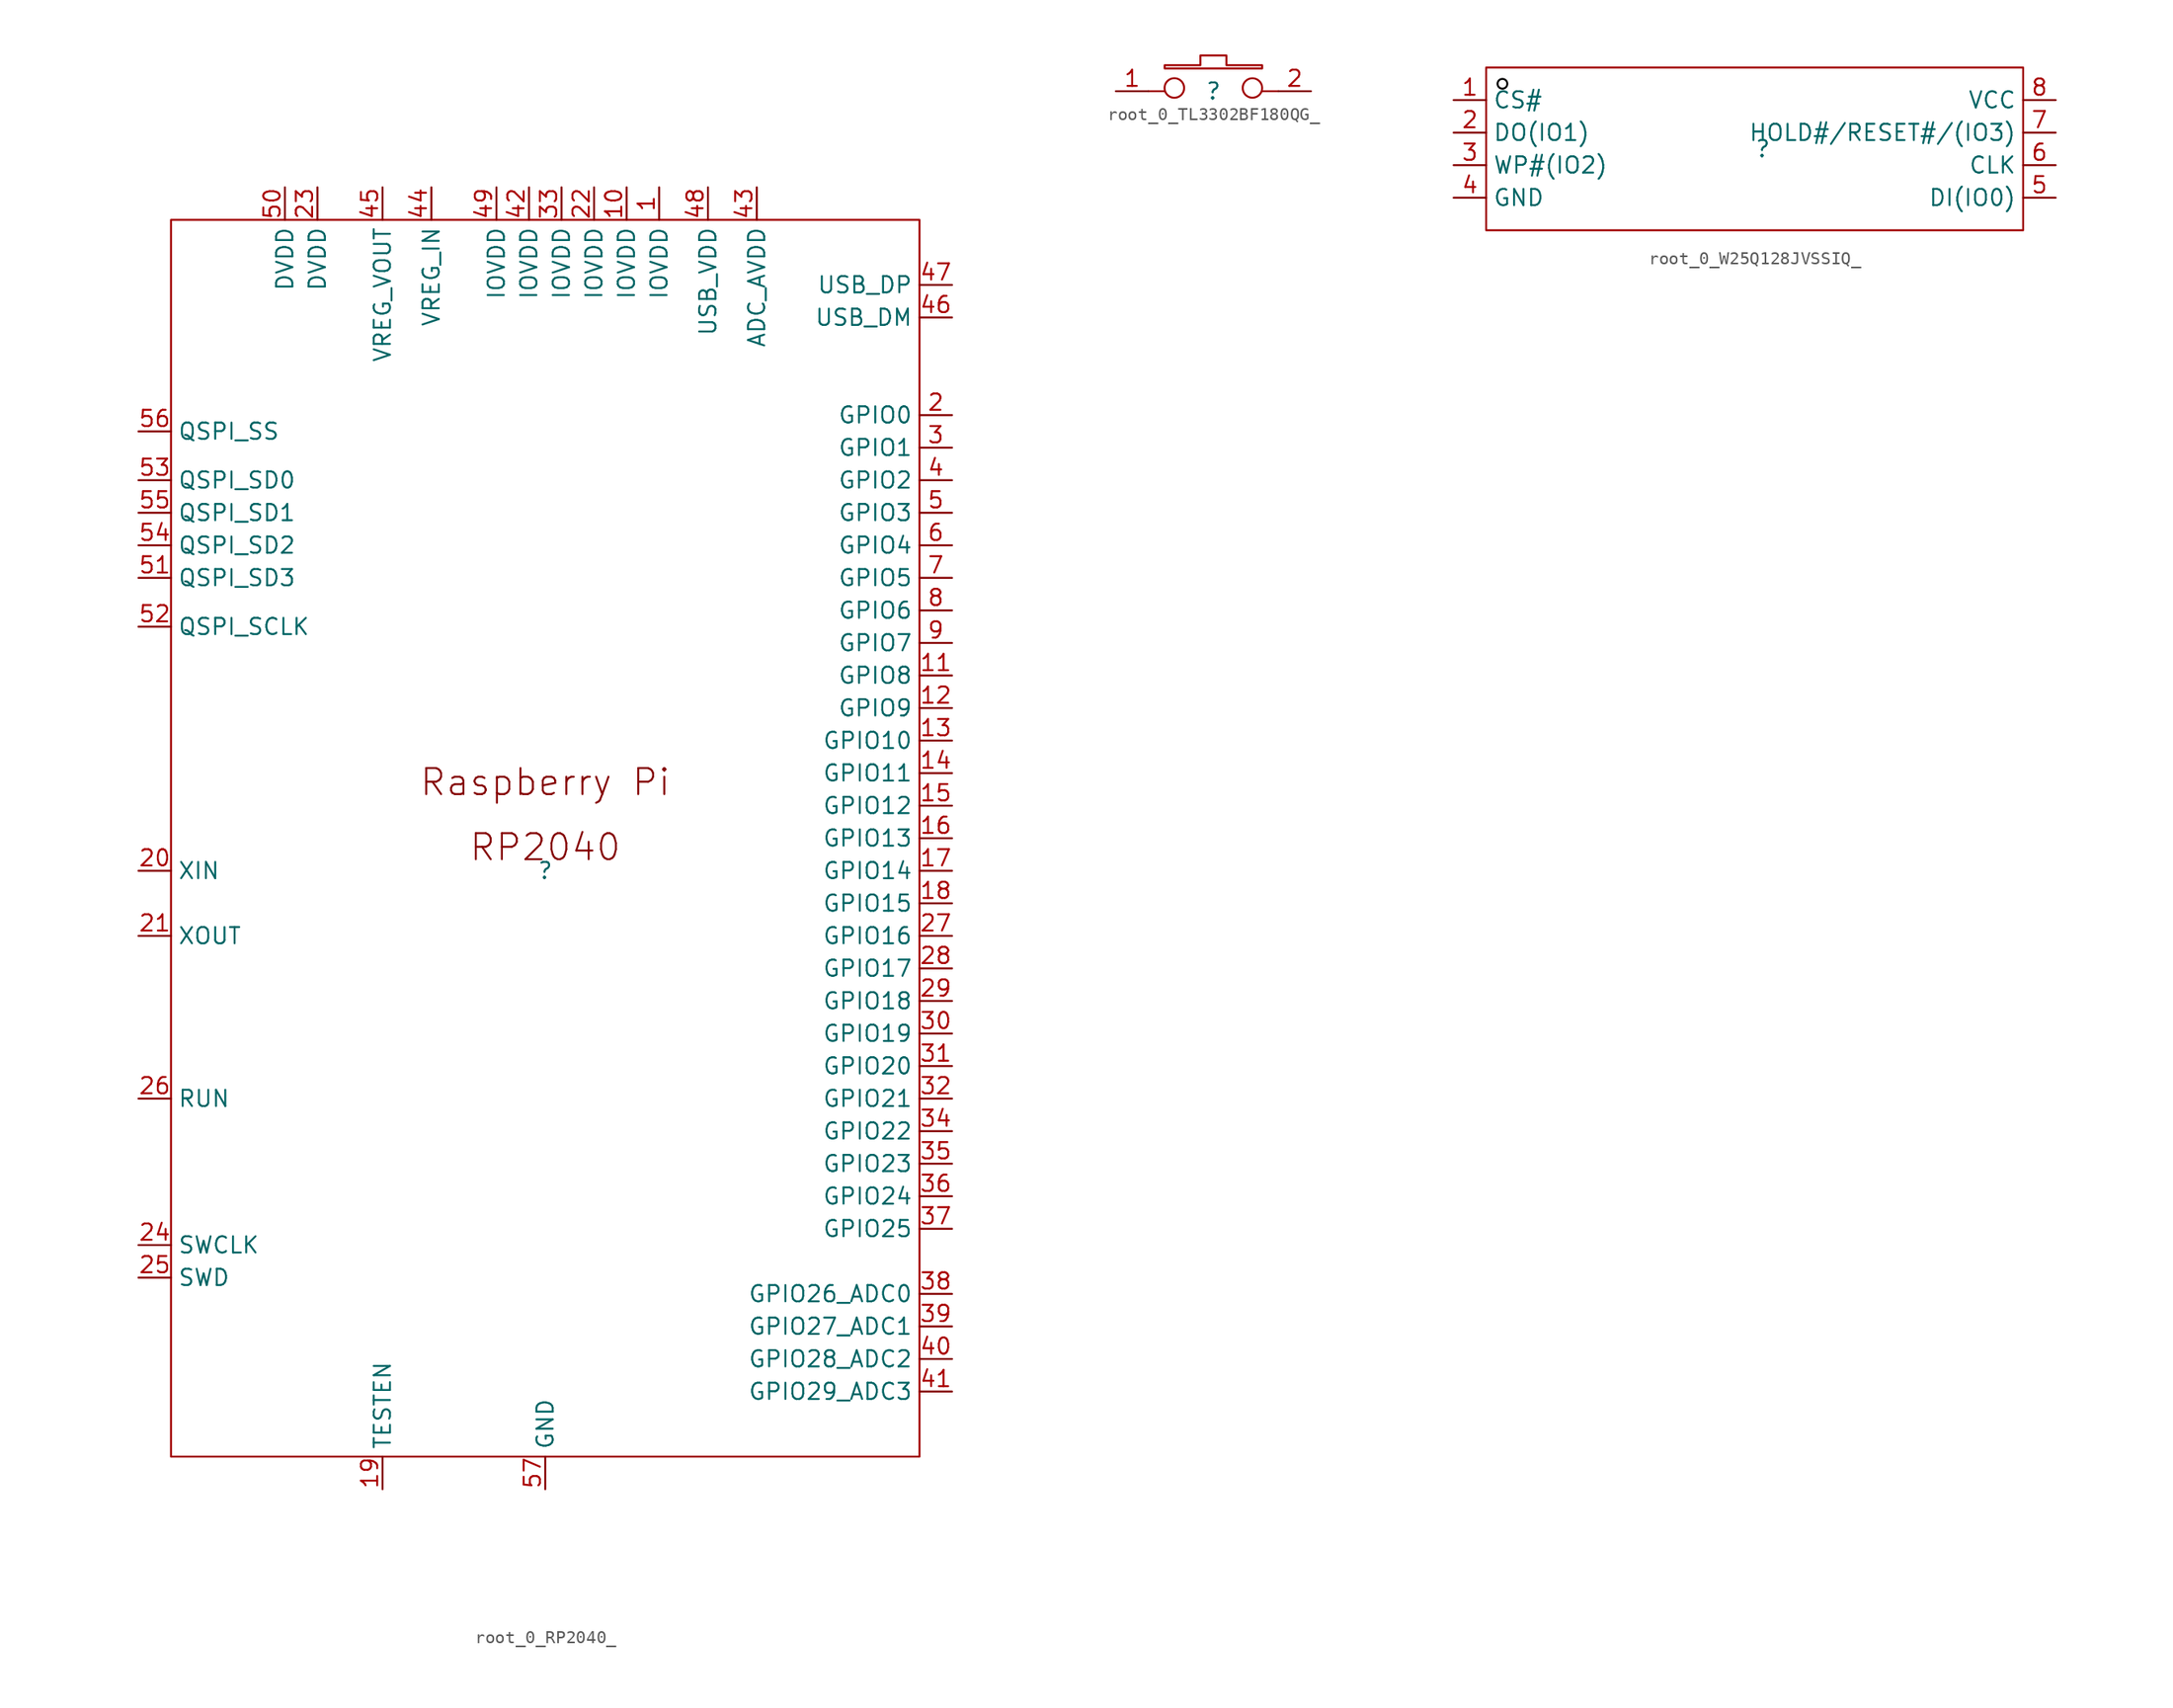
<source format=kicad_sym>
(kicad_symbol_lib
  (version 20241209)
  (generator "kicad_symbol_editor")
  (generator_version "9.0")
  (symbol "root_0_RP2040_"
    (property "Reference" ""
      (at 0 0 0)
      (effects (font (size 1.27 1.27))))
    (property "Value" ""
      (at 0 0 0)
      (effects (font (size 1.27 1.27))))
    (symbol "root_0_RP2040__1_0"
      (rectangle (start -29.21 50.8) (end 29.21 -45.72) (stroke (width 0) (type solid) (color 160 0 0 1)) (fill (type none)))
      (text "Raspberry Pi" (at 0 6.916 0) (effects (font (size 2.032 2.032))))
      (text "RP2040" (at 0 1.836 0) (effects (font (size 2.032 2.032))))
      (pin passive line (at -31.75 34.29 0) (length 2.54) (name "QSPI_SS" (effects (font (size 1.27 1.27)))) (number "56" (effects (font (size 1.27 1.27)))))
      (pin passive line (at -31.75 30.48 0) (length 2.54) (name "QSPI_SD0" (effects (font (size 1.27 1.27)))) (number "53" (effects (font (size 1.27 1.27)))))
      (pin passive line (at -31.75 27.94 0) (length 2.54) (name "QSPI_SD1" (effects (font (size 1.27 1.27)))) (number "55" (effects (font (size 1.27 1.27)))))
      (pin passive line (at -31.75 25.4 0) (length 2.54) (name "QSPI_SD2" (effects (font (size 1.27 1.27)))) (number "54" (effects (font (size 1.27 1.27)))))
      (pin passive line (at -31.75 22.86 0) (length 2.54) (name "QSPI_SD3" (effects (font (size 1.27 1.27)))) (number "51" (effects (font (size 1.27 1.27)))))
      (pin passive line (at -31.75 19.05 0) (length 2.54) (name "QSPI_SCLK" (effects (font (size 1.27 1.27)))) (number "52" (effects (font (size 1.27 1.27)))))
      (pin passive line (at -31.75 0 0) (length 2.54) (name "XIN" (effects (font (size 1.27 1.27)))) (number "20" (effects (font (size 1.27 1.27)))))
      (pin passive line (at -31.75 -5.08 0) (length 2.54) (name "XOUT" (effects (font (size 1.27 1.27)))) (number "21" (effects (font (size 1.27 1.27)))))
      (pin passive line (at -31.75 -17.78 0) (length 2.54) (name "RUN" (effects (font (size 1.27 1.27)))) (number "26" (effects (font (size 1.27 1.27)))))
      (pin passive line (at -31.75 -29.21 0) (length 2.54) (name "SWCLK" (effects (font (size 1.27 1.27)))) (number "24" (effects (font (size 1.27 1.27)))))
      (pin passive line (at -31.75 -31.75 0) (length 2.54) (name "SWD" (effects (font (size 1.27 1.27)))) (number "25" (effects (font (size 1.27 1.27)))))
      (pin passive line (at -20.32 53.34 270) (length 2.54) (name "DVDD" (effects (font (size 1.27 1.27)))) (number "50" (effects (font (size 1.27 1.27)))))
      (pin passive line (at -17.78 53.34 270) (length 2.54) (name "DVDD" (effects (font (size 1.27 1.27)))) (number "23" (effects (font (size 1.27 1.27)))))
      (pin passive line (at -12.7 53.34 270) (length 2.54) (name "VREG_VOUT" (effects (font (size 1.27 1.27)))) (number "45" (effects (font (size 1.27 1.27)))))
      (pin passive line (at -12.7 -48.26 90) (length 2.54) (name "TESTEN" (effects (font (size 1.27 1.27)))) (number "19" (effects (font (size 1.27 1.27)))))
      (pin passive line (at -8.89 53.34 270) (length 2.54) (name "VREG_IN" (effects (font (size 1.27 1.27)))) (number "44" (effects (font (size 1.27 1.27)))))
      (pin passive line (at -3.81 53.34 270) (length 2.54) (name "IOVDD" (effects (font (size 1.27 1.27)))) (number "49" (effects (font (size 1.27 1.27)))))
      (pin passive line (at -1.27 53.34 270) (length 2.54) (name "IOVDD" (effects (font (size 1.27 1.27)))) (number "42" (effects (font (size 1.27 1.27)))))
      (pin passive line (at 0 -48.26 90) (length 2.54) (name "GND" (effects (font (size 1.27 1.27)))) (number "57" (effects (font (size 1.27 1.27)))))
      (pin passive line (at 1.27 53.34 270) (length 2.54) (name "IOVDD" (effects (font (size 1.27 1.27)))) (number "33" (effects (font (size 1.27 1.27)))))
      (pin passive line (at 3.81 53.34 270) (length 2.54) (name "IOVDD" (effects (font (size 1.27 1.27)))) (number "22" (effects (font (size 1.27 1.27)))))
      (pin passive line (at 6.35 53.34 270) (length 2.54) (name "IOVDD" (effects (font (size 1.27 1.27)))) (number "10" (effects (font (size 1.27 1.27)))))
      (pin passive line (at 8.89 53.34 270) (length 2.54) (name "IOVDD" (effects (font (size 1.27 1.27)))) (number "1" (effects (font (size 1.27 1.27)))))
      (pin passive line (at 12.7 53.34 270) (length 2.54) (name "USB_VDD" (effects (font (size 1.27 1.27)))) (number "48" (effects (font (size 1.27 1.27)))))
      (pin passive line (at 16.51 53.34 270) (length 2.54) (name "ADC_AVDD" (effects (font (size 1.27 1.27)))) (number "43" (effects (font (size 1.27 1.27)))))
      (pin passive line (at 31.75 45.72 180) (length 2.54) (name "USB_DP" (effects (font (size 1.27 1.27)))) (number "47" (effects (font (size 1.27 1.27)))))
      (pin passive line (at 31.75 43.18 180) (length 2.54) (name "USB_DM" (effects (font (size 1.27 1.27)))) (number "46" (effects (font (size 1.27 1.27)))))
      (pin passive line (at 31.75 35.56 180) (length 2.54) (name "GPIO0" (effects (font (size 1.27 1.27)))) (number "2" (effects (font (size 1.27 1.27)))))
      (pin passive line (at 31.75 33.02 180) (length 2.54) (name "GPIO1" (effects (font (size 1.27 1.27)))) (number "3" (effects (font (size 1.27 1.27)))))
      (pin passive line (at 31.75 30.48 180) (length 2.54) (name "GPIO2" (effects (font (size 1.27 1.27)))) (number "4" (effects (font (size 1.27 1.27)))))
      (pin passive line (at 31.75 27.94 180) (length 2.54) (name "GPIO3" (effects (font (size 1.27 1.27)))) (number "5" (effects (font (size 1.27 1.27)))))
      (pin passive line (at 31.75 25.4 180) (length 2.54) (name "GPIO4" (effects (font (size 1.27 1.27)))) (number "6" (effects (font (size 1.27 1.27)))))
      (pin passive line (at 31.75 22.86 180) (length 2.54) (name "GPIO5" (effects (font (size 1.27 1.27)))) (number "7" (effects (font (size 1.27 1.27)))))
      (pin passive line (at 31.75 20.32 180) (length 2.54) (name "GPIO6" (effects (font (size 1.27 1.27)))) (number "8" (effects (font (size 1.27 1.27)))))
      (pin passive line (at 31.75 17.78 180) (length 2.54) (name "GPIO7" (effects (font (size 1.27 1.27)))) (number "9" (effects (font (size 1.27 1.27)))))
      (pin passive line (at 31.75 15.24 180) (length 2.54) (name "GPIO8" (effects (font (size 1.27 1.27)))) (number "11" (effects (font (size 1.27 1.27)))))
      (pin passive line (at 31.75 12.7 180) (length 2.54) (name "GPIO9" (effects (font (size 1.27 1.27)))) (number "12" (effects (font (size 1.27 1.27)))))
      (pin passive line (at 31.75 10.16 180) (length 2.54) (name "GPIO10" (effects (font (size 1.27 1.27)))) (number "13" (effects (font (size 1.27 1.27)))))
      (pin passive line (at 31.75 7.62 180) (length 2.54) (name "GPIO11" (effects (font (size 1.27 1.27)))) (number "14" (effects (font (size 1.27 1.27)))))
      (pin passive line (at 31.75 5.08 180) (length 2.54) (name "GPIO12" (effects (font (size 1.27 1.27)))) (number "15" (effects (font (size 1.27 1.27)))))
      (pin passive line (at 31.75 2.54 180) (length 2.54) (name "GPIO13" (effects (font (size 1.27 1.27)))) (number "16" (effects (font (size 1.27 1.27)))))
      (pin passive line (at 31.75 0 180) (length 2.54) (name "GPIO14" (effects (font (size 1.27 1.27)))) (number "17" (effects (font (size 1.27 1.27)))))
      (pin passive line (at 31.75 -2.54 180) (length 2.54) (name "GPIO15" (effects (font (size 1.27 1.27)))) (number "18" (effects (font (size 1.27 1.27)))))
      (pin passive line (at 31.75 -5.08 180) (length 2.54) (name "GPIO16" (effects (font (size 1.27 1.27)))) (number "27" (effects (font (size 1.27 1.27)))))
      (pin passive line (at 31.75 -7.62 180) (length 2.54) (name "GPIO17" (effects (font (size 1.27 1.27)))) (number "28" (effects (font (size 1.27 1.27)))))
      (pin passive line (at 31.75 -10.16 180) (length 2.54) (name "GPIO18" (effects (font (size 1.27 1.27)))) (number "29" (effects (font (size 1.27 1.27)))))
      (pin passive line (at 31.75 -12.7 180) (length 2.54) (name "GPIO19" (effects (font (size 1.27 1.27)))) (number "30" (effects (font (size 1.27 1.27)))))
      (pin passive line (at 31.75 -15.24 180) (length 2.54) (name "GPIO20" (effects (font (size 1.27 1.27)))) (number "31" (effects (font (size 1.27 1.27)))))
      (pin passive line (at 31.75 -17.78 180) (length 2.54) (name "GPIO21" (effects (font (size 1.27 1.27)))) (number "32" (effects (font (size 1.27 1.27)))))
      (pin passive line (at 31.75 -20.32 180) (length 2.54) (name "GPIO22" (effects (font (size 1.27 1.27)))) (number "34" (effects (font (size 1.27 1.27)))))
      (pin passive line (at 31.75 -22.86 180) (length 2.54) (name "GPIO23" (effects (font (size 1.27 1.27)))) (number "35" (effects (font (size 1.27 1.27)))))
      (pin passive line (at 31.75 -25.4 180) (length 2.54) (name "GPIO24" (effects (font (size 1.27 1.27)))) (number "36" (effects (font (size 1.27 1.27)))))
      (pin passive line (at 31.75 -27.94 180) (length 2.54) (name "GPIO25" (effects (font (size 1.27 1.27)))) (number "37" (effects (font (size 1.27 1.27)))))
      (pin passive line (at 31.75 -33.02 180) (length 2.54) (name "GPIO26_ADC0" (effects (font (size 1.27 1.27)))) (number "38" (effects (font (size 1.27 1.27)))))
      (pin passive line (at 31.75 -35.56 180) (length 2.54) (name "GPIO27_ADC1" (effects (font (size 1.27 1.27)))) (number "39" (effects (font (size 1.27 1.27)))))
      (pin passive line (at 31.75 -38.1 180) (length 2.54) (name "GPIO28_ADC2" (effects (font (size 1.27 1.27)))) (number "40" (effects (font (size 1.27 1.27)))))
      (pin passive line (at 31.75 -40.64 180) (length 2.54) (name "GPIO29_ADC3" (effects (font (size 1.27 1.27)))) (number "41" (effects (font (size 1.27 1.27)))))))
  (symbol "root_0_TL3302BF180QG_"
    (pin_names
      (hide yes))
    (property "Reference" ""
      (at 0 0 0)
      (effects (font (size 1.27 1.27))))
    (property "Value" ""
      (at 0 0 0)
      (effects (font (size 1.27 1.27))))
    (symbol "root_0_TL3302BF180QG__1_0"
      (polyline (pts (xy -5.08 0) (xy -3.81 0)) (stroke (width 0) (type solid) (color 160 0 0 1)) (fill (type none)))
      (polyline (pts (xy -3.81 2.032) (xy -3.81 1.778) (xy -3.81 1.778) (xy -3.81 1.778) (xy -3.81 1.778) (xy 3.81 1.778) (xy 3.81 1.778) (xy 3.81 1.778) (xy 3.81 1.778) (xy 3.81 2.032) (xy 3.81 2.032) (xy 3.81 2.032) (xy 3.81 2.032) (xy 1.016 2.032) (xy 1.016 2.032) (xy 1.016 2.032) (xy 1.016 2.032) (xy 1.016 2.794) (xy 1.016 2.794) (xy 1.016 2.794) (xy 1.016 2.794) (xy -1.016 2.794) (xy -1.016 2.794) (xy -1.016 2.794) (xy -1.016 2.794) (xy -1.016 2.032) (xy -1.016 2.032) (xy -1.016 2.032) (xy -1.016 2.032) (xy -3.81 2.032)) (stroke (width 0) (type solid) (color 160 0 0 1)) (fill (type none)))
      (arc (start -2.286 0.2517) (mid -3.81 0.253) (end -2.286 0.2543) (stroke (width 0) (type solid) (color 160 0 0 1)) (fill (type none)))
      (arc (start 3.81 0.2517) (mid 2.286 0.253) (end 3.81 0.2543) (stroke (width 0) (type solid) (color 160 0 0 1)) (fill (type none)))
      (polyline (pts (xy 5.08 0) (xy 3.81 0)) (stroke (width 0) (type solid) (color 160 0 0 1)) (fill (type none)))
      (pin passive line (at -7.62 0 0) (length 2.54) (name "1" (effects (font (size 1.27 1.27)))) (number "1" (effects (font (size 1.27 1.27)))))
      (pin passive line (at 7.62 0 180) (length 2.54) (name "2" (effects (font (size 1.27 1.27)))) (number "2" (effects (font (size 1.27 1.27)))))))
  (symbol "root_0_W25Q128JVSSIQ_"
    (property "Reference" ""
      (at 0 0 0)
      (effects (font (size 1.27 1.27))))
    (property "Value" ""
      (at 0 0 0)
      (effects (font (size 1.27 1.27))))
    (symbol "root_0_W25Q128JVSSIQ__1_0"
      (rectangle (start -21.59 6.35) (end 20.32 -6.35) (stroke (width 0) (type solid) (color 160 0 0 1)) (fill (type none)))
      (circle (center -20.32 5.08) (radius 0.381) (stroke (width 0) (type solid) (color 0 0 0 1)) (fill (type none)))
      (pin passive line (at -24.13 3.81 0) (length 2.54) (name "CS#" (effects (font (size 1.27 1.27)))) (number "1" (effects (font (size 1.27 1.27)))))
      (pin passive line (at -24.13 1.27 0) (length 2.54) (name "DO(IO1)" (effects (font (size 1.27 1.27)))) (number "2" (effects (font (size 1.27 1.27)))))
      (pin passive line (at -24.13 -1.27 0) (length 2.54) (name "WP#(IO2)" (effects (font (size 1.27 1.27)))) (number "3" (effects (font (size 1.27 1.27)))))
      (pin passive line (at -24.13 -3.81 0) (length 2.54) (name "GND" (effects (font (size 1.27 1.27)))) (number "4" (effects (font (size 1.27 1.27)))))
      (pin passive line (at 22.86 3.81 180) (length 2.54) (name "VCC" (effects (font (size 1.27 1.27)))) (number "8" (effects (font (size 1.27 1.27)))))
      (pin passive line (at 22.86 1.27 180) (length 2.54) (name "HOLD#/RESET#/(IO3)" (effects (font (size 1.27 1.27)))) (number "7" (effects (font (size 1.27 1.27)))))
      (pin passive line (at 22.86 -1.27 180) (length 2.54) (name "CLK" (effects (font (size 1.27 1.27)))) (number "6" (effects (font (size 1.27 1.27)))))
      (pin passive line (at 22.86 -3.81 180) (length 2.54) (name "DI(IO0)" (effects (font (size 1.27 1.27)))) (number "5" (effects (font (size 1.27 1.27))))))))
</source>
